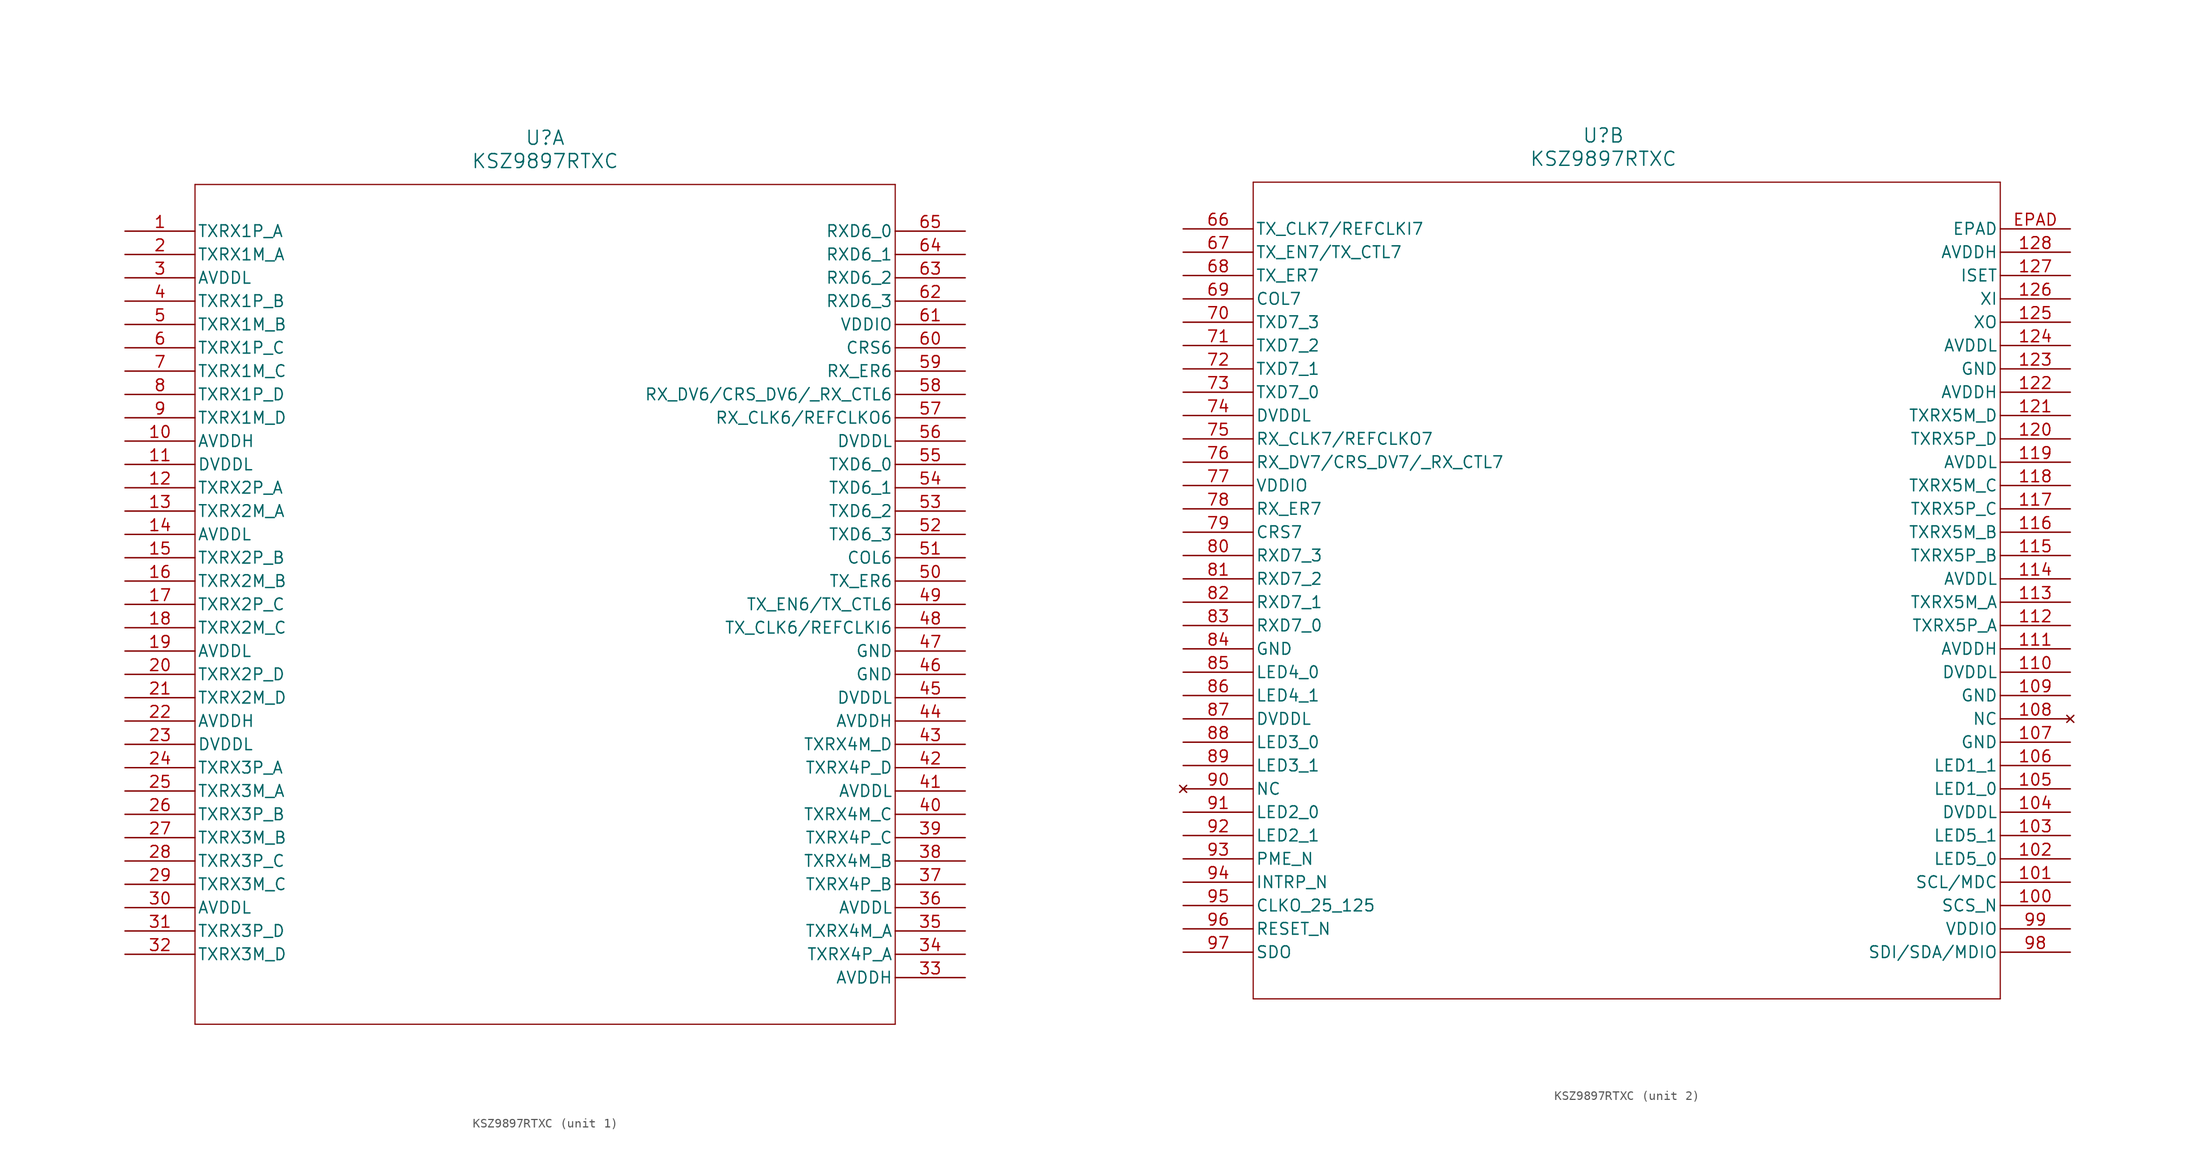
<source format=kicad_sym>
(kicad_symbol_lib
  (version 20211014)
  (generator kicad_symbol_editor)
  (symbol "KSZ9897RTXC"
    (pin_names
      (offset 0.254))
    (property "Reference" "U"
      (at 45.72 10.16 0)
      (effects (font (size 1.524 1.524))))
    (property "Value" "KSZ9897RTXC"
      (at 45.72 7.62 0)
      (effects (font (size 1.524 1.524))))
    (symbol "KSZ9897RTXC_1_1"
      (polyline (pts (xy 7.62 5.08) (xy 7.62 -86.36)) (stroke (width 0.127) (type default) (color 0 0 0 0)) (fill (type none)))
      (polyline (pts (xy 7.62 -86.36) (xy 83.82 -86.36)) (stroke (width 0.127) (type default) (color 0 0 0 0)) (fill (type none)))
      (polyline (pts (xy 83.82 -86.36) (xy 83.82 5.08)) (stroke (width 0.127) (type default) (color 0 0 0 0)) (fill (type none)))
      (polyline (pts (xy 83.82 5.08) (xy 7.62 5.08)) (stroke (width 0.127) (type default) (color 0 0 0 0)) (fill (type none)))
      (pin bidirectional line (at 0 0 0) (length 7.62) (name "TXRX1P_A" (effects (font (size 1.27 1.27)))) (number "1" (effects (font (size 1.27 1.27)))))
      (pin bidirectional line (at 0 -2.54 0) (length 7.62) (name "TXRX1M_A" (effects (font (size 1.27 1.27)))) (number "2" (effects (font (size 1.27 1.27)))))
      (pin power_in line (at 0 -5.08 0) (length 7.62) (name "AVDDL" (effects (font (size 1.27 1.27)))) (number "3" (effects (font (size 1.27 1.27)))))
      (pin bidirectional line (at 0 -7.62 0) (length 7.62) (name "TXRX1P_B" (effects (font (size 1.27 1.27)))) (number "4" (effects (font (size 1.27 1.27)))))
      (pin bidirectional line (at 0 -10.16 0) (length 7.62) (name "TXRX1M_B" (effects (font (size 1.27 1.27)))) (number "5" (effects (font (size 1.27 1.27)))))
      (pin bidirectional line (at 0 -12.7 0) (length 7.62) (name "TXRX1P_C" (effects (font (size 1.27 1.27)))) (number "6" (effects (font (size 1.27 1.27)))))
      (pin bidirectional line (at 0 -15.24 0) (length 7.62) (name "TXRX1M_C" (effects (font (size 1.27 1.27)))) (number "7" (effects (font (size 1.27 1.27)))))
      (pin bidirectional line (at 0 -17.78 0) (length 7.62) (name "TXRX1P_D" (effects (font (size 1.27 1.27)))) (number "8" (effects (font (size 1.27 1.27)))))
      (pin bidirectional line (at 0 -20.32 0) (length 7.62) (name "TXRX1M_D" (effects (font (size 1.27 1.27)))) (number "9" (effects (font (size 1.27 1.27)))))
      (pin power_in line (at 0 -22.86 0) (length 7.62) (name "AVDDH" (effects (font (size 1.27 1.27)))) (number "10" (effects (font (size 1.27 1.27)))))
      (pin power_in line (at 0 -25.4 0) (length 7.62) (name "DVDDL" (effects (font (size 1.27 1.27)))) (number "11" (effects (font (size 1.27 1.27)))))
      (pin bidirectional line (at 0 -27.94 0) (length 7.62) (name "TXRX2P_A" (effects (font (size 1.27 1.27)))) (number "12" (effects (font (size 1.27 1.27)))))
      (pin bidirectional line (at 0 -30.48 0) (length 7.62) (name "TXRX2M_A" (effects (font (size 1.27 1.27)))) (number "13" (effects (font (size 1.27 1.27)))))
      (pin power_in line (at 0 -33.02 0) (length 7.62) (name "AVDDL" (effects (font (size 1.27 1.27)))) (number "14" (effects (font (size 1.27 1.27)))))
      (pin bidirectional line (at 0 -35.56 0) (length 7.62) (name "TXRX2P_B" (effects (font (size 1.27 1.27)))) (number "15" (effects (font (size 1.27 1.27)))))
      (pin bidirectional line (at 0 -38.1 0) (length 7.62) (name "TXRX2M_B" (effects (font (size 1.27 1.27)))) (number "16" (effects (font (size 1.27 1.27)))))
      (pin bidirectional line (at 0 -40.64 0) (length 7.62) (name "TXRX2P_C" (effects (font (size 1.27 1.27)))) (number "17" (effects (font (size 1.27 1.27)))))
      (pin bidirectional line (at 0 -43.18 0) (length 7.62) (name "TXRX2M_C" (effects (font (size 1.27 1.27)))) (number "18" (effects (font (size 1.27 1.27)))))
      (pin power_in line (at 0 -45.72 0) (length 7.62) (name "AVDDL" (effects (font (size 1.27 1.27)))) (number "19" (effects (font (size 1.27 1.27)))))
      (pin bidirectional line (at 0 -48.26 0) (length 7.62) (name "TXRX2P_D" (effects (font (size 1.27 1.27)))) (number "20" (effects (font (size 1.27 1.27)))))
      (pin bidirectional line (at 0 -50.8 0) (length 7.62) (name "TXRX2M_D" (effects (font (size 1.27 1.27)))) (number "21" (effects (font (size 1.27 1.27)))))
      (pin power_in line (at 0 -53.34 0) (length 7.62) (name "AVDDH" (effects (font (size 1.27 1.27)))) (number "22" (effects (font (size 1.27 1.27)))))
      (pin power_in line (at 0 -55.88 0) (length 7.62) (name "DVDDL" (effects (font (size 1.27 1.27)))) (number "23" (effects (font (size 1.27 1.27)))))
      (pin bidirectional line (at 0 -58.42 0) (length 7.62) (name "TXRX3P_A" (effects (font (size 1.27 1.27)))) (number "24" (effects (font (size 1.27 1.27)))))
      (pin bidirectional line (at 0 -60.96 0) (length 7.62) (name "TXRX3M_A" (effects (font (size 1.27 1.27)))) (number "25" (effects (font (size 1.27 1.27)))))
      (pin bidirectional line (at 0 -63.5 0) (length 7.62) (name "TXRX3P_B" (effects (font (size 1.27 1.27)))) (number "26" (effects (font (size 1.27 1.27)))))
      (pin bidirectional line (at 0 -66.04 0) (length 7.62) (name "TXRX3M_B" (effects (font (size 1.27 1.27)))) (number "27" (effects (font (size 1.27 1.27)))))
      (pin bidirectional line (at 0 -68.58 0) (length 7.62) (name "TXRX3P_C" (effects (font (size 1.27 1.27)))) (number "28" (effects (font (size 1.27 1.27)))))
      (pin bidirectional line (at 0 -71.12 0) (length 7.62) (name "TXRX3M_C" (effects (font (size 1.27 1.27)))) (number "29" (effects (font (size 1.27 1.27)))))
      (pin power_in line (at 0 -73.66 0) (length 7.62) (name "AVDDL" (effects (font (size 1.27 1.27)))) (number "30" (effects (font (size 1.27 1.27)))))
      (pin bidirectional line (at 0 -76.2 0) (length 7.62) (name "TXRX3P_D" (effects (font (size 1.27 1.27)))) (number "31" (effects (font (size 1.27 1.27)))))
      (pin bidirectional line (at 0 -78.74 0) (length 7.62) (name "TXRX3M_D" (effects (font (size 1.27 1.27)))) (number "32" (effects (font (size 1.27 1.27)))))
      (pin power_in line (at 91.44 -81.28 180) (length 7.62) (name "AVDDH" (effects (font (size 1.27 1.27)))) (number "33" (effects (font (size 1.27 1.27)))))
      (pin bidirectional line (at 91.44 -78.74 180) (length 7.62) (name "TXRX4P_A" (effects (font (size 1.27 1.27)))) (number "34" (effects (font (size 1.27 1.27)))))
      (pin bidirectional line (at 91.44 -76.2 180) (length 7.62) (name "TXRX4M_A" (effects (font (size 1.27 1.27)))) (number "35" (effects (font (size 1.27 1.27)))))
      (pin power_in line (at 91.44 -73.66 180) (length 7.62) (name "AVDDL" (effects (font (size 1.27 1.27)))) (number "36" (effects (font (size 1.27 1.27)))))
      (pin bidirectional line (at 91.44 -71.12 180) (length 7.62) (name "TXRX4P_B" (effects (font (size 1.27 1.27)))) (number "37" (effects (font (size 1.27 1.27)))))
      (pin bidirectional line (at 91.44 -68.58 180) (length 7.62) (name "TXRX4M_B" (effects (font (size 1.27 1.27)))) (number "38" (effects (font (size 1.27 1.27)))))
      (pin bidirectional line (at 91.44 -66.04 180) (length 7.62) (name "TXRX4P_C" (effects (font (size 1.27 1.27)))) (number "39" (effects (font (size 1.27 1.27)))))
      (pin bidirectional line (at 91.44 -63.5 180) (length 7.62) (name "TXRX4M_C" (effects (font (size 1.27 1.27)))) (number "40" (effects (font (size 1.27 1.27)))))
      (pin power_in line (at 91.44 -60.96 180) (length 7.62) (name "AVDDL" (effects (font (size 1.27 1.27)))) (number "41" (effects (font (size 1.27 1.27)))))
      (pin bidirectional line (at 91.44 -58.42 180) (length 7.62) (name "TXRX4P_D" (effects (font (size 1.27 1.27)))) (number "42" (effects (font (size 1.27 1.27)))))
      (pin bidirectional line (at 91.44 -55.88 180) (length 7.62) (name "TXRX4M_D" (effects (font (size 1.27 1.27)))) (number "43" (effects (font (size 1.27 1.27)))))
      (pin power_in line (at 91.44 -53.34 180) (length 7.62) (name "AVDDH" (effects (font (size 1.27 1.27)))) (number "44" (effects (font (size 1.27 1.27)))))
      (pin power_in line (at 91.44 -50.8 180) (length 7.62) (name "DVDDL" (effects (font (size 1.27 1.27)))) (number "45" (effects (font (size 1.27 1.27)))))
      (pin power_out line (at 91.44 -48.26 180) (length 7.62) (name "GND" (effects (font (size 1.27 1.27)))) (number "46" (effects (font (size 1.27 1.27)))))
      (pin power_out line (at 91.44 -45.72 180) (length 7.62) (name "GND" (effects (font (size 1.27 1.27)))) (number "47" (effects (font (size 1.27 1.27)))))
      (pin bidirectional line (at 91.44 -43.18 180) (length 7.62) (name "TX_CLK6/REFCLKI6" (effects (font (size 1.27 1.27)))) (number "48" (effects (font (size 1.27 1.27)))))
      (pin bidirectional line (at 91.44 -40.64 180) (length 7.62) (name "TX_EN6/TX_CTL6" (effects (font (size 1.27 1.27)))) (number "49" (effects (font (size 1.27 1.27)))))
      (pin bidirectional line (at 91.44 -38.1 180) (length 7.62) (name "TX_ER6" (effects (font (size 1.27 1.27)))) (number "50" (effects (font (size 1.27 1.27)))))
      (pin bidirectional line (at 91.44 -35.56 180) (length 7.62) (name "COL6" (effects (font (size 1.27 1.27)))) (number "51" (effects (font (size 1.27 1.27)))))
      (pin bidirectional line (at 91.44 -33.02 180) (length 7.62) (name "TXD6_3" (effects (font (size 1.27 1.27)))) (number "52" (effects (font (size 1.27 1.27)))))
      (pin bidirectional line (at 91.44 -30.48 180) (length 7.62) (name "TXD6_2" (effects (font (size 1.27 1.27)))) (number "53" (effects (font (size 1.27 1.27)))))
      (pin bidirectional line (at 91.44 -27.94 180) (length 7.62) (name "TXD6_1" (effects (font (size 1.27 1.27)))) (number "54" (effects (font (size 1.27 1.27)))))
      (pin bidirectional line (at 91.44 -25.4 180) (length 7.62) (name "TXD6_0" (effects (font (size 1.27 1.27)))) (number "55" (effects (font (size 1.27 1.27)))))
      (pin power_in line (at 91.44 -22.86 180) (length 7.62) (name "DVDDL" (effects (font (size 1.27 1.27)))) (number "56" (effects (font (size 1.27 1.27)))))
      (pin bidirectional line (at 91.44 -20.32 180) (length 7.62) (name "RX_CLK6/REFCLKO6" (effects (font (size 1.27 1.27)))) (number "57" (effects (font (size 1.27 1.27)))))
      (pin bidirectional line (at 91.44 -17.78 180) (length 7.62) (name "RX_DV6/CRS_DV6/ RX_CTL6" (effects (font (size 1.27 1.27)))) (number "58" (effects (font (size 1.27 1.27)))))
      (pin bidirectional line (at 91.44 -15.24 180) (length 7.62) (name "RX_ER6" (effects (font (size 1.27 1.27)))) (number "59" (effects (font (size 1.27 1.27)))))
      (pin bidirectional line (at 91.44 -12.7 180) (length 7.62) (name "CRS6" (effects (font (size 1.27 1.27)))) (number "60" (effects (font (size 1.27 1.27)))))
      (pin power_in line (at 91.44 -10.16 180) (length 7.62) (name "VDDIO" (effects (font (size 1.27 1.27)))) (number "61" (effects (font (size 1.27 1.27)))))
      (pin bidirectional line (at 91.44 -7.62 180) (length 7.62) (name "RXD6_3" (effects (font (size 1.27 1.27)))) (number "62" (effects (font (size 1.27 1.27)))))
      (pin bidirectional line (at 91.44 -5.08 180) (length 7.62) (name "RXD6_2" (effects (font (size 1.27 1.27)))) (number "63" (effects (font (size 1.27 1.27)))))
      (pin bidirectional line (at 91.44 -2.54 180) (length 7.62) (name "RXD6_1" (effects (font (size 1.27 1.27)))) (number "64" (effects (font (size 1.27 1.27)))))
      (pin bidirectional line (at 91.44 0 180) (length 7.62) (name "RXD6_0" (effects (font (size 1.27 1.27)))) (number "65" (effects (font (size 1.27 1.27))))))
    (symbol "KSZ9897RTXC_2_1"
      (polyline (pts (xy 7.62 5.08) (xy 7.62 -83.82)) (stroke (width 0.127) (type default) (color 0 0 0 0)) (fill (type none)))
      (polyline (pts (xy 7.62 -83.82) (xy 88.9 -83.82)) (stroke (width 0.127) (type default) (color 0 0 0 0)) (fill (type none)))
      (polyline (pts (xy 88.9 -83.82) (xy 88.9 5.08)) (stroke (width 0.127) (type default) (color 0 0 0 0)) (fill (type none)))
      (polyline (pts (xy 88.9 5.08) (xy 7.62 5.08)) (stroke (width 0.127) (type default) (color 0 0 0 0)) (fill (type none)))
      (pin bidirectional line (at 0 0 0) (length 7.62) (name "TX_CLK7/REFCLKI7" (effects (font (size 1.27 1.27)))) (number "66" (effects (font (size 1.27 1.27)))))
      (pin bidirectional line (at 0 -2.54 0) (length 7.62) (name "TX_EN7/TX_CTL7" (effects (font (size 1.27 1.27)))) (number "67" (effects (font (size 1.27 1.27)))))
      (pin bidirectional line (at 0 -5.08 0) (length 7.62) (name "TX_ER7" (effects (font (size 1.27 1.27)))) (number "68" (effects (font (size 1.27 1.27)))))
      (pin bidirectional line (at 0 -7.62 0) (length 7.62) (name "COL7" (effects (font (size 1.27 1.27)))) (number "69" (effects (font (size 1.27 1.27)))))
      (pin bidirectional line (at 0 -10.16 0) (length 7.62) (name "TXD7_3" (effects (font (size 1.27 1.27)))) (number "70" (effects (font (size 1.27 1.27)))))
      (pin bidirectional line (at 0 -12.7 0) (length 7.62) (name "TXD7_2" (effects (font (size 1.27 1.27)))) (number "71" (effects (font (size 1.27 1.27)))))
      (pin bidirectional line (at 0 -15.24 0) (length 7.62) (name "TXD7_1" (effects (font (size 1.27 1.27)))) (number "72" (effects (font (size 1.27 1.27)))))
      (pin bidirectional line (at 0 -17.78 0) (length 7.62) (name "TXD7_0" (effects (font (size 1.27 1.27)))) (number "73" (effects (font (size 1.27 1.27)))))
      (pin power_in line (at 0 -20.32 0) (length 7.62) (name "DVDDL" (effects (font (size 1.27 1.27)))) (number "74" (effects (font (size 1.27 1.27)))))
      (pin bidirectional line (at 0 -22.86 0) (length 7.62) (name "RX_CLK7/REFCLKO7" (effects (font (size 1.27 1.27)))) (number "75" (effects (font (size 1.27 1.27)))))
      (pin bidirectional line (at 0 -25.4 0) (length 7.62) (name "RX_DV7/CRS_DV7/ RX_CTL7" (effects (font (size 1.27 1.27)))) (number "76" (effects (font (size 1.27 1.27)))))
      (pin power_in line (at 0 -27.94 0) (length 7.62) (name "VDDIO" (effects (font (size 1.27 1.27)))) (number "77" (effects (font (size 1.27 1.27)))))
      (pin bidirectional line (at 0 -30.48 0) (length 7.62) (name "RX_ER7" (effects (font (size 1.27 1.27)))) (number "78" (effects (font (size 1.27 1.27)))))
      (pin bidirectional line (at 0 -33.02 0) (length 7.62) (name "CRS7" (effects (font (size 1.27 1.27)))) (number "79" (effects (font (size 1.27 1.27)))))
      (pin bidirectional line (at 0 -35.56 0) (length 7.62) (name "RXD7_3" (effects (font (size 1.27 1.27)))) (number "80" (effects (font (size 1.27 1.27)))))
      (pin bidirectional line (at 0 -38.1 0) (length 7.62) (name "RXD7_2" (effects (font (size 1.27 1.27)))) (number "81" (effects (font (size 1.27 1.27)))))
      (pin bidirectional line (at 0 -40.64 0) (length 7.62) (name "RXD7_1" (effects (font (size 1.27 1.27)))) (number "82" (effects (font (size 1.27 1.27)))))
      (pin bidirectional line (at 0 -43.18 0) (length 7.62) (name "RXD7_0" (effects (font (size 1.27 1.27)))) (number "83" (effects (font (size 1.27 1.27)))))
      (pin power_out line (at 0 -45.72 0) (length 7.62) (name "GND" (effects (font (size 1.27 1.27)))) (number "84" (effects (font (size 1.27 1.27)))))
      (pin bidirectional line (at 0 -48.26 0) (length 7.62) (name "LED4_0" (effects (font (size 1.27 1.27)))) (number "85" (effects (font (size 1.27 1.27)))))
      (pin bidirectional line (at 0 -50.8 0) (length 7.62) (name "LED4_1" (effects (font (size 1.27 1.27)))) (number "86" (effects (font (size 1.27 1.27)))))
      (pin power_in line (at 0 -53.34 0) (length 7.62) (name "DVDDL" (effects (font (size 1.27 1.27)))) (number "87" (effects (font (size 1.27 1.27)))))
      (pin bidirectional line (at 0 -55.88 0) (length 7.62) (name "LED3_0" (effects (font (size 1.27 1.27)))) (number "88" (effects (font (size 1.27 1.27)))))
      (pin bidirectional line (at 0 -58.42 0) (length 7.62) (name "LED3_1" (effects (font (size 1.27 1.27)))) (number "89" (effects (font (size 1.27 1.27)))))
      (pin no_connect line (at 0 -60.96 0) (length 7.62) (name "NC" (effects (font (size 1.27 1.27)))) (number "90" (effects (font (size 1.27 1.27)))))
      (pin bidirectional line (at 0 -63.5 0) (length 7.62) (name "LED2_0" (effects (font (size 1.27 1.27)))) (number "91" (effects (font (size 1.27 1.27)))))
      (pin bidirectional line (at 0 -66.04 0) (length 7.62) (name "LED2_1" (effects (font (size 1.27 1.27)))) (number "92" (effects (font (size 1.27 1.27)))))
      (pin output line (at 0 -68.58 0) (length 7.62) (name "PME_N" (effects (font (size 1.27 1.27)))) (number "93" (effects (font (size 1.27 1.27)))))
      (pin output line (at 0 -71.12 0) (length 7.62) (name "INTRP_N" (effects (font (size 1.27 1.27)))) (number "94" (effects (font (size 1.27 1.27)))))
      (pin output line (at 0 -73.66 0) (length 7.62) (name "CLKO_25_125" (effects (font (size 1.27 1.27)))) (number "95" (effects (font (size 1.27 1.27)))))
      (pin input line (at 0 -76.2 0) (length 7.62) (name "RESET_N" (effects (font (size 1.27 1.27)))) (number "96" (effects (font (size 1.27 1.27)))))
      (pin output line (at 0 -78.74 0) (length 7.62) (name "SDO" (effects (font (size 1.27 1.27)))) (number "97" (effects (font (size 1.27 1.27)))))
      (pin unspecified line (at 96.52 -78.74 180) (length 7.62) (name "SDI/SDA/MDIO" (effects (font (size 1.27 1.27)))) (number "98" (effects (font (size 1.27 1.27)))))
      (pin power_in line (at 96.52 -76.2 180) (length 7.62) (name "VDDIO" (effects (font (size 1.27 1.27)))) (number "99" (effects (font (size 1.27 1.27)))))
      (pin unspecified line (at 96.52 -73.66 180) (length 7.62) (name "SCS_N" (effects (font (size 1.27 1.27)))) (number "100" (effects (font (size 1.27 1.27)))))
      (pin unspecified line (at 96.52 -71.12 180) (length 7.62) (name "SCL/MDC" (effects (font (size 1.27 1.27)))) (number "101" (effects (font (size 1.27 1.27)))))
      (pin bidirectional line (at 96.52 -68.58 180) (length 7.62) (name "LED5_0" (effects (font (size 1.27 1.27)))) (number "102" (effects (font (size 1.27 1.27)))))
      (pin bidirectional line (at 96.52 -66.04 180) (length 7.62) (name "LED5_1" (effects (font (size 1.27 1.27)))) (number "103" (effects (font (size 1.27 1.27)))))
      (pin power_in line (at 96.52 -63.5 180) (length 7.62) (name "DVDDL" (effects (font (size 1.27 1.27)))) (number "104" (effects (font (size 1.27 1.27)))))
      (pin bidirectional line (at 96.52 -60.96 180) (length 7.62) (name "LED1_0" (effects (font (size 1.27 1.27)))) (number "105" (effects (font (size 1.27 1.27)))))
      (pin bidirectional line (at 96.52 -58.42 180) (length 7.62) (name "LED1_1" (effects (font (size 1.27 1.27)))) (number "106" (effects (font (size 1.27 1.27)))))
      (pin power_out line (at 96.52 -55.88 180) (length 7.62) (name "GND" (effects (font (size 1.27 1.27)))) (number "107" (effects (font (size 1.27 1.27)))))
      (pin no_connect line (at 96.52 -53.34 180) (length 7.62) (name "NC" (effects (font (size 1.27 1.27)))) (number "108" (effects (font (size 1.27 1.27)))))
      (pin power_out line (at 96.52 -50.8 180) (length 7.62) (name "GND" (effects (font (size 1.27 1.27)))) (number "109" (effects (font (size 1.27 1.27)))))
      (pin power_in line (at 96.52 -48.26 180) (length 7.62) (name "DVDDL" (effects (font (size 1.27 1.27)))) (number "110" (effects (font (size 1.27 1.27)))))
      (pin power_in line (at 96.52 -45.72 180) (length 7.62) (name "AVDDH" (effects (font (size 1.27 1.27)))) (number "111" (effects (font (size 1.27 1.27)))))
      (pin bidirectional line (at 96.52 -43.18 180) (length 7.62) (name "TXRX5P_A" (effects (font (size 1.27 1.27)))) (number "112" (effects (font (size 1.27 1.27)))))
      (pin bidirectional line (at 96.52 -40.64 180) (length 7.62) (name "TXRX5M_A" (effects (font (size 1.27 1.27)))) (number "113" (effects (font (size 1.27 1.27)))))
      (pin power_in line (at 96.52 -38.1 180) (length 7.62) (name "AVDDL" (effects (font (size 1.27 1.27)))) (number "114" (effects (font (size 1.27 1.27)))))
      (pin bidirectional line (at 96.52 -35.56 180) (length 7.62) (name "TXRX5P_B" (effects (font (size 1.27 1.27)))) (number "115" (effects (font (size 1.27 1.27)))))
      (pin bidirectional line (at 96.52 -33.02 180) (length 7.62) (name "TXRX5M_B" (effects (font (size 1.27 1.27)))) (number "116" (effects (font (size 1.27 1.27)))))
      (pin bidirectional line (at 96.52 -30.48 180) (length 7.62) (name "TXRX5P_C" (effects (font (size 1.27 1.27)))) (number "117" (effects (font (size 1.27 1.27)))))
      (pin bidirectional line (at 96.52 -27.94 180) (length 7.62) (name "TXRX5M_C" (effects (font (size 1.27 1.27)))) (number "118" (effects (font (size 1.27 1.27)))))
      (pin power_in line (at 96.52 -25.4 180) (length 7.62) (name "AVDDL" (effects (font (size 1.27 1.27)))) (number "119" (effects (font (size 1.27 1.27)))))
      (pin bidirectional line (at 96.52 -22.86 180) (length 7.62) (name "TXRX5P_D" (effects (font (size 1.27 1.27)))) (number "120" (effects (font (size 1.27 1.27)))))
      (pin bidirectional line (at 96.52 -20.32 180) (length 7.62) (name "TXRX5M_D" (effects (font (size 1.27 1.27)))) (number "121" (effects (font (size 1.27 1.27)))))
      (pin power_in line (at 96.52 -17.78 180) (length 7.62) (name "AVDDH" (effects (font (size 1.27 1.27)))) (number "122" (effects (font (size 1.27 1.27)))))
      (pin power_out line (at 96.52 -15.24 180) (length 7.62) (name "GND" (effects (font (size 1.27 1.27)))) (number "123" (effects (font (size 1.27 1.27)))))
      (pin power_in line (at 96.52 -12.7 180) (length 7.62) (name "AVDDL" (effects (font (size 1.27 1.27)))) (number "124" (effects (font (size 1.27 1.27)))))
      (pin output line (at 96.52 -10.16 180) (length 7.62) (name "XO" (effects (font (size 1.27 1.27)))) (number "125" (effects (font (size 1.27 1.27)))))
      (pin input line (at 96.52 -7.62 180) (length 7.62) (name "XI" (effects (font (size 1.27 1.27)))) (number "126" (effects (font (size 1.27 1.27)))))
      (pin unspecified line (at 96.52 -5.08 180) (length 7.62) (name "ISET" (effects (font (size 1.27 1.27)))) (number "127" (effects (font (size 1.27 1.27)))))
      (pin power_in line (at 96.52 -2.54 180) (length 7.62) (name "AVDDH" (effects (font (size 1.27 1.27)))) (number "128" (effects (font (size 1.27 1.27)))))
      (pin unspecified line (at 96.52 0 180) (length 7.62) (name "EPAD" (effects (font (size 1.27 1.27)))) (number "EPAD" (effects (font (size 1.27 1.27))))))))
</source>
